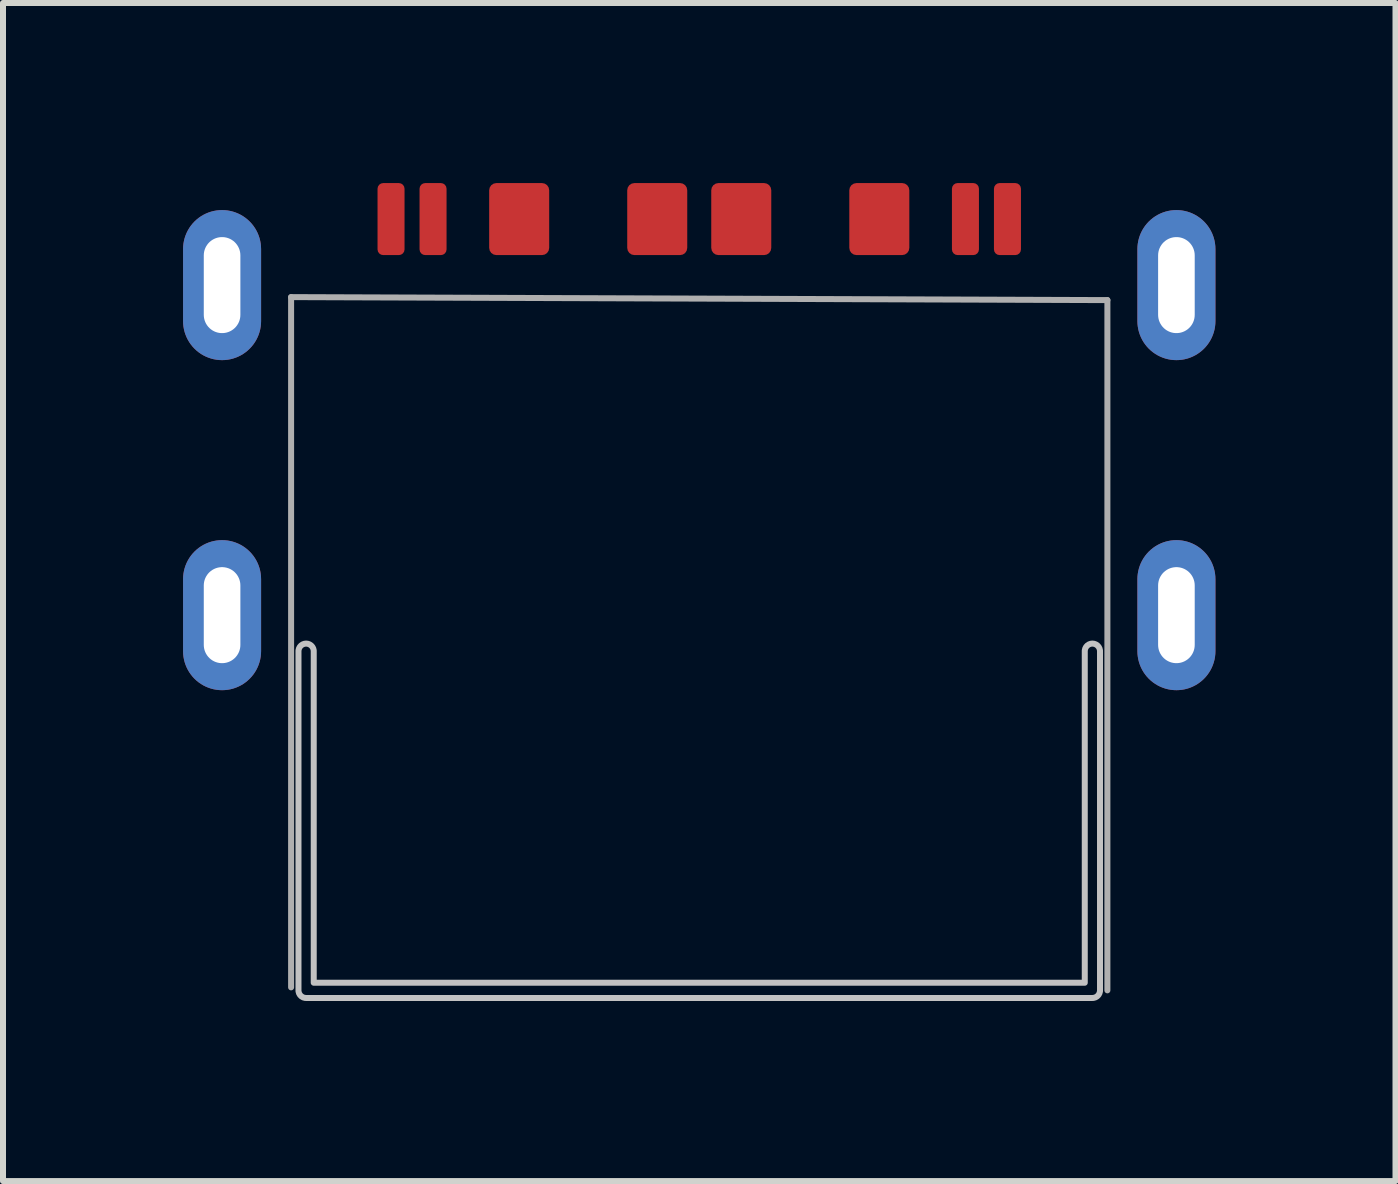
<source format=kicad_pcb>
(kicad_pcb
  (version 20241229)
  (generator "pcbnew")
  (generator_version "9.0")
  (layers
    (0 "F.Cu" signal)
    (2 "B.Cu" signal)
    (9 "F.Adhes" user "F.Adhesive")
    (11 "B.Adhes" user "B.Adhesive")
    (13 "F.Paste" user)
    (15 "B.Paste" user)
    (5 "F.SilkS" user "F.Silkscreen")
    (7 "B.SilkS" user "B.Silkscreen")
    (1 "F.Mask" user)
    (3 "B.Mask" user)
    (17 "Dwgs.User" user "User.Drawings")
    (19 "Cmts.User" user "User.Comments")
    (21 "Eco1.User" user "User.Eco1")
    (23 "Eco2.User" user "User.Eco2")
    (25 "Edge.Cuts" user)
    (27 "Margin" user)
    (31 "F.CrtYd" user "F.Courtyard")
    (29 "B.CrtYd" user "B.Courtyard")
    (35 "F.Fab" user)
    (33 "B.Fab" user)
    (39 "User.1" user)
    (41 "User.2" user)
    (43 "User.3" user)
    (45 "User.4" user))
  (footprint "USBA_Canmi_USB-A-SMD_HC-USB3.0-C345-P"
    (layer "F.Cu")
    (at 8.6 3.7)
    (property "Reference" "USBA_Canmi_USB-A-SMD_HC-USB3.0-C345-P" (at 0 -5.3 0) (layer "User.8") (effects (font (size 1 1) (thickness 0.15))))
    (fp_poly (pts (xy -7.966 -3.249) (xy -7.998 -3.248) (xy -8.031 -3.245) (xy -8.063 -3.24) (xy -8.095 -3.233) (xy -8.126 -3.225) (xy -8.157 -3.216) (xy -8.188 -3.205) (xy -8.217 -3.192) (xy -8.246 -3.179) (xy -8.275 -3.163) (xy -8.303 -3.146) (xy -8.329 -3.127) (xy -8.355 -3.108) (xy -8.38 -3.087) (xy -8.404 -3.065) (xy -8.427 -3.042) (xy -8.448 -3.018) (xy -8.468 -2.993) (xy -8.487 -2.966) (xy -8.505 -2.939) (xy -8.521 -2.91) (xy -8.536 -2.882) (xy -8.549 -2.853) (xy -8.561 -2.822) (xy -8.571 -2.792) (xy -8.58 -2.76) (xy -8.587 -2.728) (xy -8.592 -2.696) (xy -8.597 -2.664) (xy -8.599 -2.632) (xy -8.6 -2.6) (xy -8.6 -1.4) (xy -8.599 -1.367) (xy -8.597 -1.335) (xy -8.592 -1.303) (xy -8.587 -1.271) (xy -8.58 -1.24) (xy -8.571 -1.208) (xy -8.561 -1.177) (xy -8.549 -1.147) (xy -8.536 -1.118) (xy -8.521 -1.089) (xy -8.505 -1.061) (xy -8.487 -1.034) (xy -8.468 -1.008) (xy -8.448 -0.982) (xy -8.427 -0.958) (xy -8.404 -0.934) (xy -8.38 -0.912) (xy -8.355 -0.891) (xy -8.329 -0.872) (xy -8.303 -0.854) (xy -8.275 -0.837) (xy -8.246 -0.822) (xy -8.217 -0.807) (xy -8.188 -0.795) (xy -8.157 -0.783) (xy -8.126 -0.774) (xy -8.095 -0.766) (xy -8.063 -0.759) (xy -8.031 -0.755) (xy -7.998 -0.751) (xy -7.966 -0.75) (xy -7.934 -0.75) (xy -7.902 -0.751) (xy -7.869 -0.755) (xy -7.837 -0.759) (xy -7.806 -0.766) (xy -7.774 -0.774) (xy -7.743 -0.783) (xy -7.713 -0.795) (xy -7.683 -0.807) (xy -7.654 -0.822) (xy -7.625 -0.837) (xy -7.598 -0.854) (xy -7.571 -0.872) (xy -7.545 -0.891) (xy -7.52 -0.912) (xy -7.496 -0.934) (xy -7.473 -0.958) (xy -7.452 -0.982) (xy -7.432 -1.008) (xy -7.413 -1.034) (xy -7.396 -1.061) (xy -7.379 -1.089) (xy -7.364 -1.118) (xy -7.351 -1.147) (xy -7.339 -1.177) (xy -7.329 -1.208) (xy -7.32 -1.24) (xy -7.313 -1.271) (xy -7.307 -1.303) (xy -7.303 -1.335) (xy -7.301 -1.367) (xy -7.3 -1.4) (xy -7.3 -2.6) (xy -7.301 -2.632) (xy -7.303 -2.664) (xy -7.307 -2.696) (xy -7.313 -2.728) (xy -7.32 -2.76) (xy -7.329 -2.792) (xy -7.339 -2.822) (xy -7.351 -2.853) (xy -7.364 -2.882) (xy -7.379 -2.91) (xy -7.396 -2.939) (xy -7.413 -2.966) (xy -7.432 -2.993) (xy -7.452 -3.018) (xy -7.473 -3.042) (xy -7.496 -3.065) (xy -7.52 -3.087) (xy -7.545 -3.108) (xy -7.571 -3.127) (xy -7.598 -3.146) (xy -7.625 -3.163) (xy -7.654 -3.179) (xy -7.683 -3.192) (xy -7.713 -3.205) (xy -7.743 -3.216) (xy -7.774 -3.225) (xy -7.806 -3.233) (xy -7.837 -3.24) (xy -7.869 -3.245) (xy -7.902 -3.248) (xy -7.934 -3.249)) (stroke (width 0) (type default)) (fill yes) (layer "F.Paste"))
    (fp_poly (pts (xy -7.966 2.25) (xy -7.998 2.252) (xy -8.031 2.255) (xy -8.063 2.26) (xy -8.095 2.266) (xy -8.126 2.274) (xy -8.157 2.284) (xy -8.188 2.295) (xy -8.217 2.308) (xy -8.246 2.321) (xy -8.275 2.337) (xy -8.303 2.353) (xy -8.329 2.372) (xy -8.355 2.392) (xy -8.38 2.413) (xy -8.404 2.434) (xy -8.427 2.458) (xy -8.448 2.482) (xy -8.468 2.507) (xy -8.487 2.534) (xy -8.505 2.561) (xy -8.521 2.589) (xy -8.536 2.618) (xy -8.549 2.647) (xy -8.561 2.678) (xy -8.571 2.708) (xy -8.58 2.74) (xy -8.587 2.771) (xy -8.592 2.803) (xy -8.597 2.835) (xy -8.599 2.868) (xy -8.6 2.9) (xy -8.6 4.099) (xy -8.599 4.132) (xy -8.597 4.165) (xy -8.592 4.197) (xy -8.587 4.229) (xy -8.58 4.26) (xy -8.571 4.292) (xy -8.561 4.322) (xy -8.549 4.352) (xy -8.536 4.382) (xy -8.521 4.41) (xy -8.505 4.439) (xy -8.487 4.466) (xy -8.468 4.492) (xy -8.448 4.518) (xy -8.427 4.542) (xy -8.404 4.565) (xy -8.38 4.587) (xy -8.355 4.608) (xy -8.329 4.628) (xy -8.303 4.646) (xy -8.275 4.662) (xy -8.246 4.678) (xy -8.217 4.692) (xy -8.188 4.705) (xy -8.157 4.716) (xy -8.126 4.726) (xy -8.095 4.734) (xy -8.063 4.74) (xy -8.031 4.745) (xy -7.998 4.748) (xy -7.966 4.75) (xy -7.934 4.75) (xy -7.902 4.748) (xy -7.869 4.745) (xy -7.837 4.74) (xy -7.806 4.734) (xy -7.774 4.726) (xy -7.743 4.716) (xy -7.713 4.705) (xy -7.683 4.692) (xy -7.654 4.678) (xy -7.625 4.662) (xy -7.598 4.646) (xy -7.571 4.628) (xy -7.545 4.608) (xy -7.52 4.587) (xy -7.496 4.565) (xy -7.473 4.542) (xy -7.452 4.518) (xy -7.432 4.492) (xy -7.413 4.466) (xy -7.396 4.439) (xy -7.379 4.41) (xy -7.364 4.382) (xy -7.351 4.352) (xy -7.339 4.322) (xy -7.329 4.292) (xy -7.32 4.26) (xy -7.313 4.229) (xy -7.307 4.197) (xy -7.303 4.165) (xy -7.301 4.132) (xy -7.3 4.099) (xy -7.3 2.9) (xy -7.301 2.868) (xy -7.303 2.835) (xy -7.307 2.803) (xy -7.313 2.771) (xy -7.32 2.74) (xy -7.329 2.708) (xy -7.339 2.678) (xy -7.351 2.647) (xy -7.364 2.618) (xy -7.379 2.589) (xy -7.396 2.561) (xy -7.413 2.534) (xy -7.432 2.507) (xy -7.452 2.482) (xy -7.473 2.458) (xy -7.496 2.434) (xy -7.52 2.413) (xy -7.545 2.392) (xy -7.571 2.372) (xy -7.598 2.353) (xy -7.625 2.337) (xy -7.654 2.321) (xy -7.683 2.308) (xy -7.713 2.295) (xy -7.743 2.284) (xy -7.774 2.274) (xy -7.806 2.266) (xy -7.837 2.26) (xy -7.869 2.255) (xy -7.902 2.252) (xy -7.934 2.25)) (stroke (width 0) (type default)) (fill yes) (layer "F.Paste"))
    (fp_poly (pts (xy 7.934 2.25) (xy 7.902 2.252) (xy 7.869 2.255) (xy 7.837 2.26) (xy 7.806 2.266) (xy 7.774 2.274) (xy 7.743 2.284) (xy 7.713 2.295) (xy 7.683 2.308) (xy 7.654 2.321) (xy 7.625 2.337) (xy 7.598 2.353) (xy 7.571 2.372) (xy 7.545 2.392) (xy 7.52 2.413) (xy 7.496 2.434) (xy 7.473 2.458) (xy 7.452 2.482) (xy 7.432 2.507) (xy 7.413 2.534) (xy 7.396 2.561) (xy 7.379 2.589) (xy 7.364 2.618) (xy 7.351 2.647) (xy 7.339 2.678) (xy 7.329 2.708) (xy 7.32 2.74) (xy 7.313 2.771) (xy 7.307 2.803) (xy 7.303 2.835) (xy 7.301 2.868) (xy 7.3 2.9) (xy 7.3 4.099) (xy 7.301 4.132) (xy 7.303 4.165) (xy 7.307 4.197) (xy 7.313 4.229) (xy 7.32 4.26) (xy 7.329 4.292) (xy 7.339 4.322) (xy 7.351 4.352) (xy 7.364 4.382) (xy 7.379 4.41) (xy 7.396 4.439) (xy 7.413 4.466) (xy 7.432 4.492) (xy 7.452 4.518) (xy 7.473 4.542) (xy 7.496 4.565) (xy 7.52 4.587) (xy 7.545 4.608) (xy 7.571 4.628) (xy 7.598 4.646) (xy 7.625 4.662) (xy 7.654 4.678) (xy 7.683 4.692) (xy 7.713 4.705) (xy 7.743 4.716) (xy 7.774 4.726) (xy 7.806 4.734) (xy 7.837 4.74) (xy 7.869 4.745) (xy 7.902 4.748) (xy 7.934 4.75) (xy 7.966 4.75) (xy 7.998 4.748) (xy 8.031 4.745) (xy 8.063 4.74) (xy 8.095 4.734) (xy 8.126 4.726) (xy 8.157 4.716) (xy 8.188 4.705) (xy 8.217 4.692) (xy 8.246 4.678) (xy 8.275 4.662) (xy 8.303 4.646) (xy 8.329 4.628) (xy 8.355 4.608) (xy 8.38 4.587) (xy 8.404 4.565) (xy 8.427 4.542) (xy 8.448 4.518) (xy 8.468 4.492) (xy 8.487 4.466) (xy 8.505 4.439) (xy 8.521 4.41) (xy 8.536 4.382) (xy 8.549 4.352) (xy 8.561 4.322) (xy 8.571 4.292) (xy 8.58 4.26) (xy 8.587 4.229) (xy 8.592 4.197) (xy 8.597 4.165) (xy 8.599 4.132) (xy 8.6 4.099) (xy 8.6 2.9) (xy 8.599 2.868) (xy 8.597 2.835) (xy 8.592 2.803) (xy 8.587 2.771) (xy 8.58 2.74) (xy 8.571 2.708) (xy 8.561 2.678) (xy 8.549 2.647) (xy 8.536 2.618) (xy 8.521 2.589) (xy 8.505 2.561) (xy 8.487 2.534) (xy 8.468 2.507) (xy 8.448 2.482) (xy 8.427 2.458) (xy 8.404 2.434) (xy 8.38 2.413) (xy 8.355 2.392) (xy 8.329 2.372) (xy 8.303 2.353) (xy 8.275 2.337) (xy 8.246 2.321) (xy 8.217 2.308) (xy 8.188 2.295) (xy 8.157 2.284) (xy 8.126 2.274) (xy 8.095 2.266) (xy 8.063 2.26) (xy 8.031 2.255) (xy 7.998 2.252) (xy 7.966 2.25)) (stroke (width 0) (type default)) (fill yes) (layer "F.Paste"))
    (fp_poly (pts (xy 7.998 -3.248) (xy 7.966 -3.25) (xy 7.934 -3.25) (xy 7.902 -3.248) (xy 7.869 -3.245) (xy 7.837 -3.24) (xy 7.806 -3.234) (xy 7.774 -3.226) (xy 7.743 -3.216) (xy 7.713 -3.205) (xy 7.683 -3.192) (xy 7.654 -3.179) (xy 7.625 -3.163) (xy 7.598 -3.146) (xy 7.571 -3.128) (xy 7.545 -3.108) (xy 7.52 -3.087) (xy 7.496 -3.066) (xy 7.473 -3.042) (xy 7.452 -3.018) (xy 7.432 -2.993) (xy 7.413 -2.966) (xy 7.396 -2.939) (xy 7.379 -2.911) (xy 7.364 -2.882) (xy 7.351 -2.853) (xy 7.339 -2.822) (xy 7.329 -2.792) (xy 7.32 -2.76) (xy 7.313 -2.729) (xy 7.307 -2.697) (xy 7.303 -2.665) (xy 7.301 -2.632) (xy 7.3 -2.6) (xy 7.3 -1.4) (xy 7.301 -1.367) (xy 7.303 -1.335) (xy 7.307 -1.303) (xy 7.313 -1.272) (xy 7.32 -1.24) (xy 7.329 -1.208) (xy 7.339 -1.178) (xy 7.351 -1.147) (xy 7.364 -1.118) (xy 7.379 -1.089) (xy 7.396 -1.061) (xy 7.413 -1.034) (xy 7.432 -1.008) (xy 7.452 -0.983) (xy 7.473 -0.958) (xy 7.496 -0.935) (xy 7.52 -0.912) (xy 7.545 -0.892) (xy 7.571 -0.873) (xy 7.598 -0.854) (xy 7.625 -0.837) (xy 7.654 -0.822) (xy 7.683 -0.807) (xy 7.713 -0.795) (xy 7.743 -0.784) (xy 7.774 -0.774) (xy 7.806 -0.766) (xy 7.837 -0.76) (xy 7.869 -0.755) (xy 7.902 -0.752) (xy 7.934 -0.75) (xy 7.966 -0.75) (xy 7.998 -0.752) (xy 8.031 -0.755) (xy 8.063 -0.76) (xy 8.095 -0.766) (xy 8.126 -0.774) (xy 8.157 -0.784) (xy 8.188 -0.795) (xy 8.217 -0.807) (xy 8.246 -0.822) (xy 8.275 -0.837) (xy 8.303 -0.854) (xy 8.329 -0.873) (xy 8.355 -0.892) (xy 8.38 -0.912) (xy 8.404 -0.935) (xy 8.427 -0.958) (xy 8.448 -0.983) (xy 8.468 -1.008) (xy 8.487 -1.034) (xy 8.505 -1.061) (xy 8.521 -1.089) (xy 8.536 -1.118) (xy 8.549 -1.147) (xy 8.561 -1.178) (xy 8.571 -1.208) (xy 8.58 -1.24) (xy 8.587 -1.272) (xy 8.592 -1.303) (xy 8.597 -1.335) (xy 8.599 -1.367) (xy 8.6 -1.4) (xy 8.6 -2.6) (xy 8.599 -2.632) (xy 8.597 -2.665) (xy 8.592 -2.697) (xy 8.587 -2.729) (xy 8.58 -2.76) (xy 8.571 -2.792) (xy 8.561 -2.822) (xy 8.549 -2.853) (xy 8.536 -2.882) (xy 8.521 -2.911) (xy 8.505 -2.939) (xy 8.487 -2.966) (xy 8.468 -2.993) (xy 8.448 -3.018) (xy 8.427 -3.042) (xy 8.404 -3.066) (xy 8.38 -3.087) (xy 8.355 -3.108) (xy 8.329 -3.128) (xy 8.303 -3.146) (xy 8.275 -3.163) (xy 8.246 -3.179) (xy 8.217 -3.192) (xy 8.188 -3.205) (xy 8.157 -3.216) (xy 8.126 -3.226) (xy 8.095 -3.234) (xy 8.063 -3.24) (xy 8.031 -3.245)) (stroke (width 0) (type default)) (fill yes) (layer "F.Paste"))
    (fp_poly (pts (arc (start -6.677 4.1) (mid -6.55 3.973) (end -6.423 4.1)) (xy -6.423 9.623) (xy 6.423 9.623) (arc (start 6.423 4.1) (mid 6.55 3.973) (end 6.677 4.1)) (arc (start 6.677 9.75) (mid 6.639803 9.839803) (end 6.55 9.877)) (arc (start -6.55 9.877) (mid -6.639803 9.839803) (end -6.677 9.75))) (stroke (width 0.1) (type default)) (fill no) (layer "Dwgs.User"))
    (fp_line (start -6.8 -1.8) (end 6.8 -1.75) (stroke (width 0.1) (type default)) (layer "F.Fab"))
    (fp_line (start -6.8 9.7) (end -6.8 -1.8) (stroke (width 0.1) (type default)) (layer "F.Fab"))
    (fp_line (start 6.8 -1.75) (end 6.8 9.75) (stroke (width 0.1) (type default)) (layer "F.Fab"))
    (fp_poly (pts (xy -8.1 -2.6) (xy -7.8 -2.6) (xy -7.8 -1.4) (xy -8.1 -1.4)) (stroke (width 0.1) (type default)) (fill no) (layer "User.1"))
    (fp_poly (pts (xy -8.1 2.9) (xy -7.8 2.9) (xy -7.8 4.099) (xy -8.1 4.099)) (stroke (width 0.1) (type default)) (fill no) (layer "User.1"))
    (fp_poly (pts (xy -7.851 -2.6) (xy -7.851 -1.4) (xy -6.5 -1.4) (xy -6.5 -2.6)) (stroke (width 0.1) (type default)) (fill no) (layer "User.1"))
    (fp_poly (pts (xy -7.85 2.899) (xy -7.85 4.099) (xy -6.5 4.099) (xy -6.5 2.899)) (stroke (width 0.1) (type default)) (fill no) (layer "User.1"))
    (fp_poly (pts (xy -5.295 -3.499) (xy -4.975 -3.499) (xy -4.975 -2.499) (xy -5.295 -2.499)) (stroke (width 0.1) (type default)) (fill no) (layer "User.1"))
    (fp_poly (pts (xy -4.595 -3.499) (xy -4.275 -3.499) (xy -4.275 -2.499) (xy -4.595 -2.499)) (stroke (width 0.1) (type default)) (fill no) (layer "User.1"))
    (fp_poly (pts (xy -3.375 -3.499) (xy -2.625 -3.499) (xy -2.625 -2.499) (xy -3.375 -2.499)) (stroke (width 0.1) (type default)) (fill no) (layer "User.1"))
    (fp_poly (pts (xy -1.075 -3.499) (xy -0.325 -3.499) (xy -0.325 -2.499) (xy -1.075 -2.499)) (stroke (width 0.1) (type default)) (fill no) (layer "User.1"))
    (fp_poly (pts (xy 0.325 -3.499) (xy 1.075 -3.499) (xy 1.075 -2.499) (xy 0.325 -2.499)) (stroke (width 0.1) (type default)) (fill no) (layer "User.1"))
    (fp_poly (pts (xy 2.625 -3.499) (xy 3.375 -3.499) (xy 3.375 -2.499) (xy 2.625 -2.499)) (stroke (width 0.1) (type default)) (fill no) (layer "User.1"))
    (fp_poly (pts (xy 4.275 -3.499) (xy 4.595 -3.499) (xy 4.595 -2.499) (xy 4.275 -2.499)) (stroke (width 0.1) (type default)) (fill no) (layer "User.1"))
    (fp_poly (pts (xy 4.975 -3.499) (xy 5.295 -3.499) (xy 5.295 -2.499) (xy 4.975 -2.499)) (stroke (width 0.1) (type default)) (fill no) (layer "User.1"))
    (fp_poly (pts (xy 7.8 -2.6) (xy 8.1 -2.6) (xy 8.1 -1.4) (xy 7.8 -1.4)) (stroke (width 0.1) (type default)) (fill no) (layer "User.1"))
    (fp_poly (pts (xy 7.8 2.9) (xy 8.1 2.9) (xy 8.1 4.099) (xy 7.8 4.099)) (stroke (width 0.1) (type default)) (fill no) (layer "User.1"))
    (fp_poly (pts (xy 7.85 -1.4) (xy 7.85 -2.6) (xy 6.5 -2.6) (xy 6.5 -1.4)) (stroke (width 0.1) (type default)) (fill no) (layer "User.1"))
    (fp_poly (pts (xy 7.85 4.1) (xy 7.85 2.9) (xy 6.5 2.9) (xy 6.5 4.1)) (stroke (width 0.1) (type default)) (fill no) (layer "User.1"))
    (fp_line (start -6.55 -2.5) (end 6.55 -2.5) (stroke (width 0.051) (type default)) (layer "User.2"))
    (fp_line (start -6.55 9.7) (end -6.55 -2.5) (stroke (width 0.051) (type default)) (layer "User.2"))
    (fp_line (start 6.55 -2.5) (end 6.55 9.7) (stroke (width 0.051) (type default)) (layer "User.2"))
    (fp_line (start 6.55 9.7) (end -6.55 9.7) (stroke (width 0.051) (type default)) (layer "User.2"))
    (fp_poly (pts (xy -8.04 -3.499) (xy -8.058 -3.542) (xy -8.1 -3.559) (xy -8.142 -3.542) (xy -8.16 -3.499) (xy -8.142 -3.457) (xy -8.1 -3.439) (xy -8.058 -3.457)) (stroke (width 0.1) (type default)) (fill no) (layer "User.3"))
    (pad "1" smd roundrect (at -3 -3.1) (size 1 1.2) (layers "F.Cu" "F.Mask" "F.Paste") (roundrect_rratio 0.12))
    (pad "2" smd roundrect (at -0.7 -3.1) (size 1 1.2) (layers "F.Cu" "F.Mask" "F.Paste") (roundrect_rratio 0.12))
    (pad "3" smd roundrect (at 0.7 -3.1) (size 1 1.2) (layers "F.Cu" "F.Mask" "F.Paste") (roundrect_rratio 0.12))
    (pad "4" smd roundrect (at 3 -3.1) (size 1 1.2) (layers "F.Cu" "F.Mask" "F.Paste") (roundrect_rratio 0.12))
    (pad "5" smd roundrect (at 5.135 -3.1) (size 0.45 1.2) (layers "F.Cu" "F.Mask" "F.Paste") (roundrect_rratio 0.21))
    (pad "6" smd roundrect (at 4.435 -3.1) (size 0.45 1.2) (layers "F.Cu" "F.Mask" "F.Paste") (roundrect_rratio 0.21))
    (pad "7" thru_hole oval (at -7.95 -2) (size 1.3 2.5) (drill oval 0.61 1.6) (layers "*.Cu" "*.Mask"))
    (pad "7" thru_hole oval (at 7.95 -2) (size 1.3 2.5) (drill oval 0.61 1.6) (layers "*.Cu" "*.Mask"))
    (pad "8" smd roundrect (at -4.435 -3.1) (size 0.45 1.2) (layers "F.Cu" "F.Mask" "F.Paste") (roundrect_rratio 0.21))
    (pad "9" smd roundrect (at -5.135 -3.1) (size 0.45 1.2) (layers "F.Cu" "F.Mask" "F.Paste") (roundrect_rratio 0.21))
    (pad "10" thru_hole oval (at -7.95 3.499) (size 1.3 2.5) (drill oval 0.61 1.6) (layers "*.Cu" "*.Mask"))
    (pad "10" thru_hole oval (at 7.95 3.499) (size 1.3 2.5) (drill oval 0.61 1.6) (layers "*.Cu" "*.Mask")))
  (gr_rect
    (start -3 -3)
    (end 20.2 16.627)
    (stroke (width 0.1) (type default))
    (fill no)
    (layer "Edge.Cuts")))
</source>
